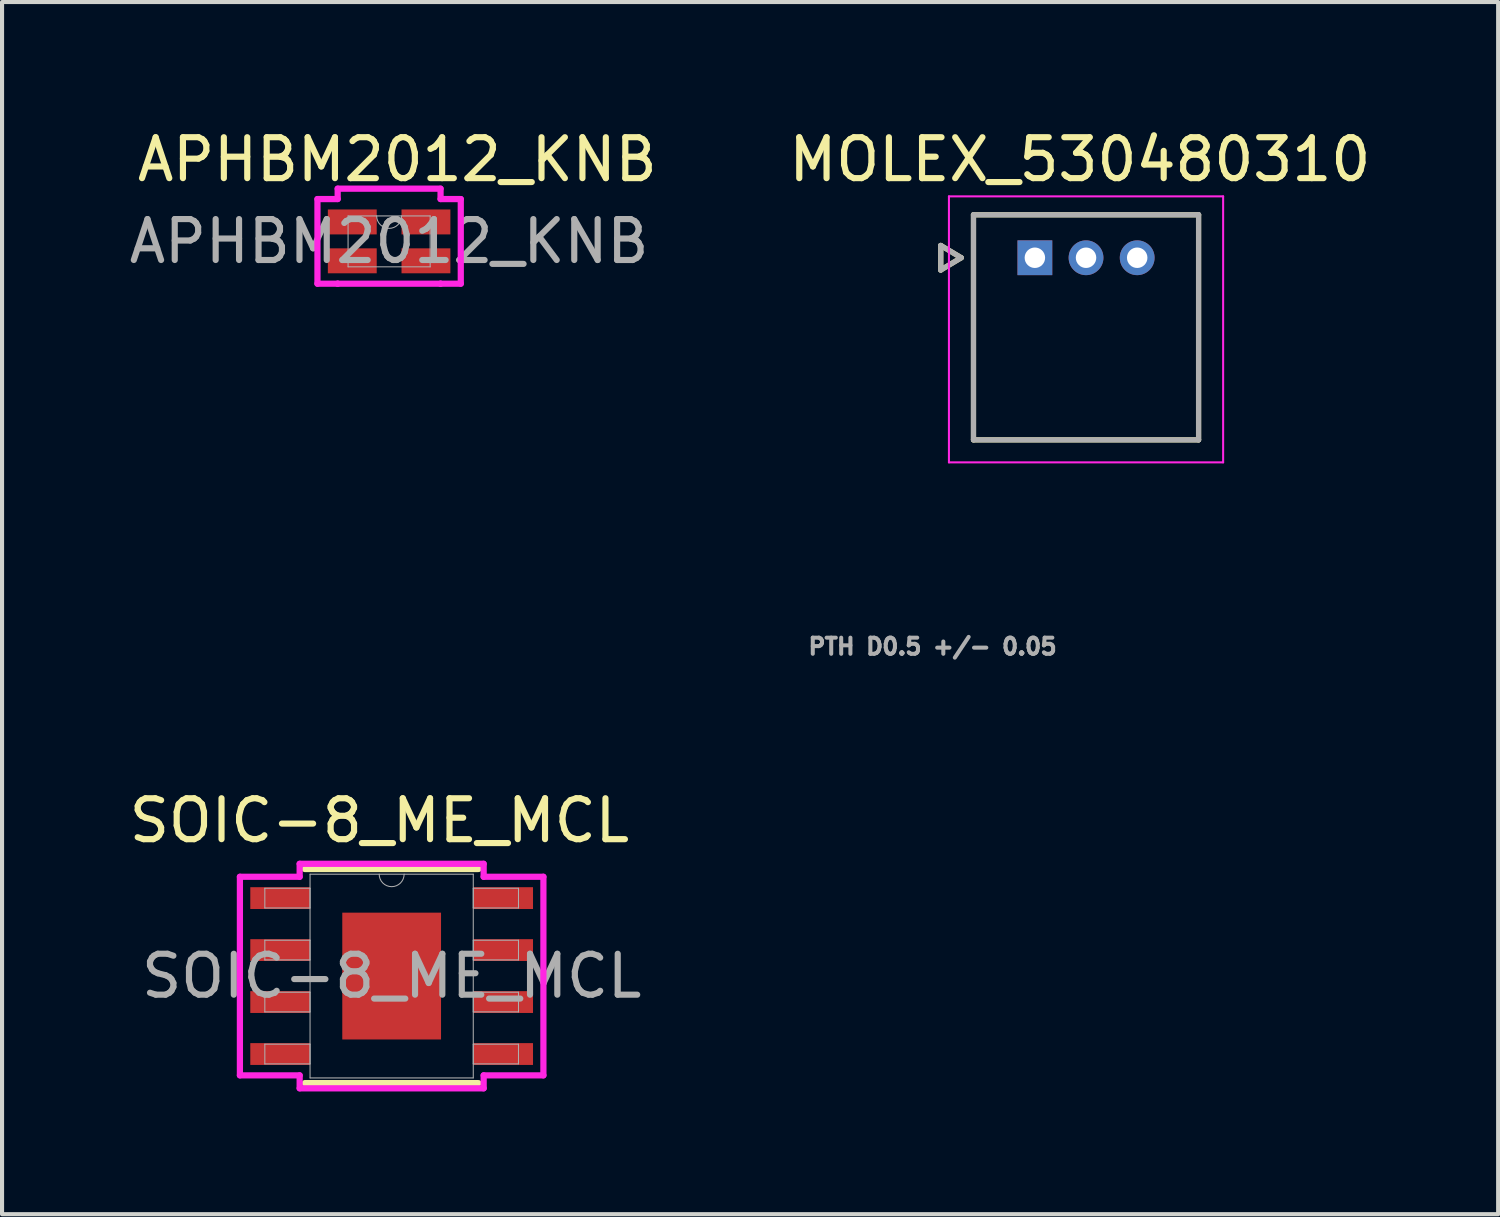
<source format=kicad_pcb>
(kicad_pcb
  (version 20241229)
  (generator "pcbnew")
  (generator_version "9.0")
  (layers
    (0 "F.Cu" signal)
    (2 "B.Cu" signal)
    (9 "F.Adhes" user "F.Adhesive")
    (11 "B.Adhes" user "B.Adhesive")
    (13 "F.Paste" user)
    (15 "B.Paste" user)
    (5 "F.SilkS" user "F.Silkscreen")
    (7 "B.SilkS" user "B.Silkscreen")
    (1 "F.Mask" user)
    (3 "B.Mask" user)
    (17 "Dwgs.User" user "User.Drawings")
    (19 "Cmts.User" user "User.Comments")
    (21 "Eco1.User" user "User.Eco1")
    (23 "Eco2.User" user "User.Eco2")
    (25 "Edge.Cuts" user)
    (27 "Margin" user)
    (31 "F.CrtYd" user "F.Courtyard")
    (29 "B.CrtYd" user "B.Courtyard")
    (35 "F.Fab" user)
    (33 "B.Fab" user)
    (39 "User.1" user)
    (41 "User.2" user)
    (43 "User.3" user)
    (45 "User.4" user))
  (footprint "APHBM2012_KNB"
    (layer "F.Cu")
    (at 6.458 2.848)
    (property "Reference" "APHBM2012_KNB" (at 0.2 -2 0) (unlocked yes) (layer "F.SilkS") (effects (font (size 1 1) (thickness 0.15))))
    (attr smd)
    (fp_line (start -1.751 -1.034) (end -1.257 -1.034) (stroke (width 0.152) (type solid)) (layer "F.CrtYd"))
    (fp_line (start -1.751 1.034) (end -1.751 -1.034) (stroke (width 0.152) (type solid)) (layer "F.CrtYd"))
    (fp_line (start -1.751 1.034) (end -1.257 1.034) (stroke (width 0.152) (type solid)) (layer "F.CrtYd"))
    (fp_line (start -1.257 -1.288) (end 1.257 -1.288) (stroke (width 0.152) (type solid)) (layer "F.CrtYd"))
    (fp_line (start -1.257 -1.034) (end -1.257 -1.288) (stroke (width 0.152) (type solid)) (layer "F.CrtYd"))
    (fp_line (start -1.257 1.034) (end -1.257 1.034) (stroke (width 0.152) (type solid)) (layer "F.CrtYd"))
    (fp_line (start 1.257 -1.288) (end 1.257 -1.034) (stroke (width 0.152) (type solid)) (layer "F.CrtYd"))
    (fp_line (start 1.257 1.034) (end -1.257 1.034) (stroke (width 0.152) (type solid)) (layer "F.CrtYd"))
    (fp_line (start 1.257 1.034) (end 1.257 1.034) (stroke (width 0.152) (type solid)) (layer "F.CrtYd"))
    (fp_line (start 1.751 -1.034) (end 1.257 -1.034) (stroke (width 0.152) (type solid)) (layer "F.CrtYd"))
    (fp_line (start 1.751 -1.034) (end 1.751 1.034) (stroke (width 0.152) (type solid)) (layer "F.CrtYd"))
    (fp_line (start 1.751 1.034) (end 1.257 1.034) (stroke (width 0.152) (type solid)) (layer "F.CrtYd"))
    (fp_line (start -1.003 -0.622) (end -1.003 0.622) (stroke (width 0.025) (type solid)) (layer "F.Fab"))
    (fp_line (start -1.003 0.622) (end 1.003 0.622) (stroke (width 0.025) (type solid)) (layer "F.Fab"))
    (fp_line (start 1.003 -0.622) (end -1.003 -0.622) (stroke (width 0.025) (type solid)) (layer "F.Fab"))
    (fp_line (start 1.003 0.622) (end 1.003 -0.622) (stroke (width 0.025) (type solid)) (layer "F.Fab"))
    (fp_arc (start 0.3048 -0.6223) (mid 0 -0.3175) (end -0.3048 -0.6223) (stroke (width 0.0254) (type solid)) (layer "F.Fab"))
    (fp_text user "${REFERENCE}" (at 0 0 0) (unlocked yes) (layer "F.Fab") (effects (font (size 1 1) (thickness 0.15))))
    (pad "1" smd rect (at 0.9 -0.475) (size 1.194 0.61) (layers "F.Cu" "F.Mask" "F.Paste"))
    (pad "2" smd rect (at -0.9 -0.475) (size 1.194 0.61) (layers "F.Cu" "F.Mask" "F.Paste"))
    (pad "3" smd rect (at -0.9 0.475) (size 1.194 0.61) (layers "F.Cu" "F.Mask" "F.Paste"))
    (pad "4" smd rect (at 0.9 0.475) (size 1.194 0.61) (layers "F.Cu" "F.Mask" "F.Paste")))
  (footprint "SOIC-8_ME_MCL"
    (layer "F.Cu")
    (at 6.52 20.8)
    (property "Reference" "SOIC-8_ME_MCL" (at -0.3 -3.8 0) (unlocked yes) (layer "F.SilkS") (effects (font (size 1 1) (thickness 0.15))))
    (attr smd)
    (fp_line (start -2.121 2.616) (end 2.121 2.616) (stroke (width 0.152) (type solid)) (layer "F.SilkS"))
    (fp_line (start 2.121 -2.616) (end -2.121 -2.616) (stroke (width 0.152) (type solid)) (layer "F.SilkS"))
    (fp_poly (pts (xy -1.107 -1.449) (xy -1.107 -0.1) (xy 1.107 -0.1) (xy 1.107 -1.449)) (stroke (width 0) (type solid)) (fill yes) (layer "F.Paste"))
    (fp_poly (pts (xy -1.107 0.1) (xy -1.107 1.449) (xy 1.107 1.449) (xy 1.107 0.1)) (stroke (width 0) (type solid)) (fill yes) (layer "F.Paste"))
    (fp_line (start -3.708 -2.426) (end -2.248 -2.426) (stroke (width 0.152) (type solid)) (layer "F.CrtYd"))
    (fp_line (start -3.708 2.426) (end -3.708 -2.426) (stroke (width 0.152) (type solid)) (layer "F.CrtYd"))
    (fp_line (start -3.708 2.426) (end -2.248 2.426) (stroke (width 0.152) (type solid)) (layer "F.CrtYd"))
    (fp_line (start -2.248 -2.743) (end 2.248 -2.743) (stroke (width 0.152) (type solid)) (layer "F.CrtYd"))
    (fp_line (start -2.248 -2.426) (end -2.248 -2.743) (stroke (width 0.152) (type solid)) (layer "F.CrtYd"))
    (fp_line (start -2.248 2.743) (end -2.248 2.426) (stroke (width 0.152) (type solid)) (layer "F.CrtYd"))
    (fp_line (start 2.248 -2.743) (end 2.248 -2.426) (stroke (width 0.152) (type solid)) (layer "F.CrtYd"))
    (fp_line (start 2.248 2.426) (end 2.248 2.743) (stroke (width 0.152) (type solid)) (layer "F.CrtYd"))
    (fp_line (start 2.248 2.743) (end -2.248 2.743) (stroke (width 0.152) (type solid)) (layer "F.CrtYd"))
    (fp_line (start 3.708 -2.426) (end 2.248 -2.426) (stroke (width 0.152) (type solid)) (layer "F.CrtYd"))
    (fp_line (start 3.708 -2.426) (end 3.708 2.426) (stroke (width 0.152) (type solid)) (layer "F.CrtYd"))
    (fp_line (start 3.708 2.426) (end 2.248 2.426) (stroke (width 0.152) (type solid)) (layer "F.CrtYd"))
    (fp_line (start -3.099 -2.146) (end -3.099 -1.664) (stroke (width 0.025) (type solid)) (layer "F.Fab"))
    (fp_line (start -3.099 -1.664) (end -1.994 -1.664) (stroke (width 0.025) (type solid)) (layer "F.Fab"))
    (fp_line (start -3.099 -0.876) (end -3.099 -0.394) (stroke (width 0.025) (type solid)) (layer "F.Fab"))
    (fp_line (start -3.099 -0.394) (end -1.994 -0.394) (stroke (width 0.025) (type solid)) (layer "F.Fab"))
    (fp_line (start -3.099 0.394) (end -3.099 0.876) (stroke (width 0.025) (type solid)) (layer "F.Fab"))
    (fp_line (start -3.099 0.876) (end -1.994 0.876) (stroke (width 0.025) (type solid)) (layer "F.Fab"))
    (fp_line (start -3.099 1.664) (end -3.099 2.146) (stroke (width 0.025) (type solid)) (layer "F.Fab"))
    (fp_line (start -3.099 2.146) (end -1.994 2.146) (stroke (width 0.025) (type solid)) (layer "F.Fab"))
    (fp_line (start -1.994 -2.489) (end -1.994 2.489) (stroke (width 0.025) (type solid)) (layer "F.Fab"))
    (fp_line (start -1.994 -2.146) (end -3.099 -2.146) (stroke (width 0.025) (type solid)) (layer "F.Fab"))
    (fp_line (start -1.994 -1.664) (end -1.994 -2.146) (stroke (width 0.025) (type solid)) (layer "F.Fab"))
    (fp_line (start -1.994 -0.876) (end -3.099 -0.876) (stroke (width 0.025) (type solid)) (layer "F.Fab"))
    (fp_line (start -1.994 -0.394) (end -1.994 -0.876) (stroke (width 0.025) (type solid)) (layer "F.Fab"))
    (fp_line (start -1.994 0.394) (end -3.099 0.394) (stroke (width 0.025) (type solid)) (layer "F.Fab"))
    (fp_line (start -1.994 0.876) (end -1.994 0.394) (stroke (width 0.025) (type solid)) (layer "F.Fab"))
    (fp_line (start -1.994 1.664) (end -3.099 1.664) (stroke (width 0.025) (type solid)) (layer "F.Fab"))
    (fp_line (start -1.994 2.146) (end -1.994 1.664) (stroke (width 0.025) (type solid)) (layer "F.Fab"))
    (fp_line (start -1.994 2.489) (end 1.994 2.489) (stroke (width 0.025) (type solid)) (layer "F.Fab"))
    (fp_line (start 1.994 -2.489) (end -1.994 -2.489) (stroke (width 0.025) (type solid)) (layer "F.Fab"))
    (fp_line (start 1.994 -2.146) (end 1.994 -1.664) (stroke (width 0.025) (type solid)) (layer "F.Fab"))
    (fp_line (start 1.994 -1.664) (end 3.099 -1.664) (stroke (width 0.025) (type solid)) (layer "F.Fab"))
    (fp_line (start 1.994 -0.876) (end 1.994 -0.394) (stroke (width 0.025) (type solid)) (layer "F.Fab"))
    (fp_line (start 1.994 -0.394) (end 3.099 -0.394) (stroke (width 0.025) (type solid)) (layer "F.Fab"))
    (fp_line (start 1.994 0.394) (end 1.994 0.876) (stroke (width 0.025) (type solid)) (layer "F.Fab"))
    (fp_line (start 1.994 0.876) (end 3.099 0.876) (stroke (width 0.025) (type solid)) (layer "F.Fab"))
    (fp_line (start 1.994 1.664) (end 1.994 2.146) (stroke (width 0.025) (type solid)) (layer "F.Fab"))
    (fp_line (start 1.994 2.146) (end 3.099 2.146) (stroke (width 0.025) (type solid)) (layer "F.Fab"))
    (fp_line (start 1.994 2.489) (end 1.994 -2.489) (stroke (width 0.025) (type solid)) (layer "F.Fab"))
    (fp_line (start 3.099 -2.146) (end 1.994 -2.146) (stroke (width 0.025) (type solid)) (layer "F.Fab"))
    (fp_line (start 3.099 -1.664) (end 3.099 -2.146) (stroke (width 0.025) (type solid)) (layer "F.Fab"))
    (fp_line (start 3.099 -0.876) (end 1.994 -0.876) (stroke (width 0.025) (type solid)) (layer "F.Fab"))
    (fp_line (start 3.099 -0.394) (end 3.099 -0.876) (stroke (width 0.025) (type solid)) (layer "F.Fab"))
    (fp_line (start 3.099 0.394) (end 1.994 0.394) (stroke (width 0.025) (type solid)) (layer "F.Fab"))
    (fp_line (start 3.099 0.876) (end 3.099 0.394) (stroke (width 0.025) (type solid)) (layer "F.Fab"))
    (fp_line (start 3.099 1.664) (end 1.994 1.664) (stroke (width 0.025) (type solid)) (layer "F.Fab"))
    (fp_line (start 3.099 2.146) (end 3.099 1.664) (stroke (width 0.025) (type solid)) (layer "F.Fab"))
    (fp_arc (start 0.3048 -2.4892) (mid 0 -2.1844) (end -0.3048 -2.4892) (stroke (width 0.0254) (type solid)) (layer "F.Fab"))
    (fp_text user "${REFERENCE}" (at 0 0 0) (unlocked yes) (layer "F.Fab") (effects (font (size 1 1) (thickness 0.15))))
    (pad "1" smd rect (at -2.724 -1.905) (size 1.46 0.533) (layers "F.Cu" "F.Mask" "F.Paste"))
    (pad "2" smd rect (at -2.724 -0.635) (size 1.46 0.533) (layers "F.Cu" "F.Mask" "F.Paste"))
    (pad "3" smd rect (at -2.724 0.635) (size 1.46 0.533) (layers "F.Cu" "F.Mask" "F.Paste"))
    (pad "4" smd rect (at -2.724 1.905) (size 1.46 0.533) (layers "F.Cu" "F.Mask" "F.Paste"))
    (pad "5" smd rect (at 2.724 1.905) (size 1.46 0.533) (layers "F.Cu" "F.Mask" "F.Paste"))
    (pad "6" smd rect (at 2.724 0.635) (size 1.46 0.533) (layers "F.Cu" "F.Mask" "F.Paste"))
    (pad "7" smd rect (at 2.724 -0.635) (size 1.46 0.533) (layers "F.Cu" "F.Mask" "F.Paste"))
    (pad "8" smd rect (at 2.724 -1.905) (size 1.46 0.533) (layers "F.Cu" "F.Mask" "F.Paste"))
    (pad "EPAD" smd rect (at 0 0) (size 2.413 3.099) (layers "F.Cu" "F.Mask")))
  (footprint "MOLEX_530480310"
    (layer "F.Cu")
    (at 22.237 3.248)
    (property "Reference" "MOLEX_530480310" (at 1.1 -2.4 0) (layer "F.SilkS") (effects (font (size 1 1) (thickness 0.15))))
    (attr through_hole)
    (fp_circle (center 1.25 0) (end 1.501 0) (stroke (width 0.501) (type solid)) (fill no) (layer "F.Mask"))
    (fp_circle (center 2.5 0) (end 2.751 0) (stroke (width 0.501) (type solid)) (fill no) (layer "F.Mask"))
    (fp_poly (pts (xy 0.501 0.501) (xy -0.501 0.501) (xy -0.501 -0.501) (xy 0.501 -0.501)) (stroke (width 0.01) (type solid)) (fill yes) (layer "F.Mask"))
    (fp_circle (center 1.25 0) (end 1.501 0) (stroke (width 0.501) (type solid)) (fill no) (layer "B.Mask"))
    (fp_circle (center 2.5 0) (end 2.751 0) (stroke (width 0.501) (type solid)) (fill no) (layer "B.Mask"))
    (fp_poly (pts (xy 0.501 0.501) (xy -0.501 0.501) (xy -0.501 -0.501) (xy 0.501 -0.501)) (stroke (width 0.01) (type solid)) (fill yes) (layer "B.Mask"))
    (fp_line (start -2.3 -0.3) (end -1.8 0) (stroke (width 0.127) (type solid)) (layer "F.SilkS"))
    (fp_line (start -2.3 0.3) (end -2.3 -0.3) (stroke (width 0.127) (type solid)) (layer "F.SilkS"))
    (fp_line (start -1.8 0) (end -2.3 0.3) (stroke (width 0.127) (type solid)) (layer "F.SilkS"))
    (fp_line (start -1.5 -1.05) (end 4 -1.05) (stroke (width 0.127) (type solid)) (layer "F.SilkS"))
    (fp_line (start -1.5 4.45) (end -1.5 -1.05) (stroke (width 0.127) (type solid)) (layer "F.SilkS"))
    (fp_line (start 4 -1.05) (end 4 4.45) (stroke (width 0.127) (type solid)) (layer "F.SilkS"))
    (fp_line (start 4 4.45) (end -1.5 4.45) (stroke (width 0.127) (type solid)) (layer "F.SilkS"))
    (fp_line (start -2.1 -1.5) (end 4.6 -1.5) (stroke (width 0.05) (type solid)) (layer "F.CrtYd"))
    (fp_line (start -2.1 5) (end -2.1 -1.5) (stroke (width 0.05) (type solid)) (layer "F.CrtYd"))
    (fp_line (start 4.6 -1.5) (end 4.6 5) (stroke (width 0.05) (type solid)) (layer "F.CrtYd"))
    (fp_line (start 4.6 5) (end -2.1 5) (stroke (width 0.05) (type solid)) (layer "F.CrtYd"))
    (fp_line (start -2.3 -0.3) (end -1.8 0) (stroke (width 0.127) (type solid)) (layer "F.Fab"))
    (fp_line (start -2.3 0.3) (end -2.3 -0.3) (stroke (width 0.127) (type solid)) (layer "F.Fab"))
    (fp_line (start -1.8 0) (end -2.3 0.3) (stroke (width 0.127) (type solid)) (layer "F.Fab"))
    (fp_line (start -1.5 -1.05) (end 4 -1.05) (stroke (width 0.127) (type solid)) (layer "F.Fab"))
    (fp_line (start -1.5 4.45) (end -1.5 -1.05) (stroke (width 0.127) (type solid)) (layer "F.Fab"))
    (fp_line (start 4 -1.05) (end 4 4.45) (stroke (width 0.127) (type solid)) (layer "F.Fab"))
    (fp_line (start 4 4.45) (end -1.5 4.45) (stroke (width 0.127) (type solid)) (layer "F.Fab"))
    (fp_text user "PTH D0.5 +/- 0.05" (at -2.5 9.5 0) (layer "F.Fab") (effects (font (size 0.394 0.394) (thickness 0.15))))
    (pad "1" thru_hole rect (at 0 0) (size 0.85 0.85) (drill 0.5) (layers "*.Cu"))
    (pad "2" thru_hole circle (at 1.25 0) (size 0.85 0.85) (drill 0.5) (layers "*.Cu"))
    (pad "3" thru_hole circle (at 2.5 0) (size 0.85 0.85) (drill 0.5) (layers "*.Cu")))
  (gr_rect
    (start -3 -3)
    (end 33.557 26.619)
    (stroke (width 0.1) (type default))
    (fill no)
    (layer "Edge.Cuts")))
</source>
